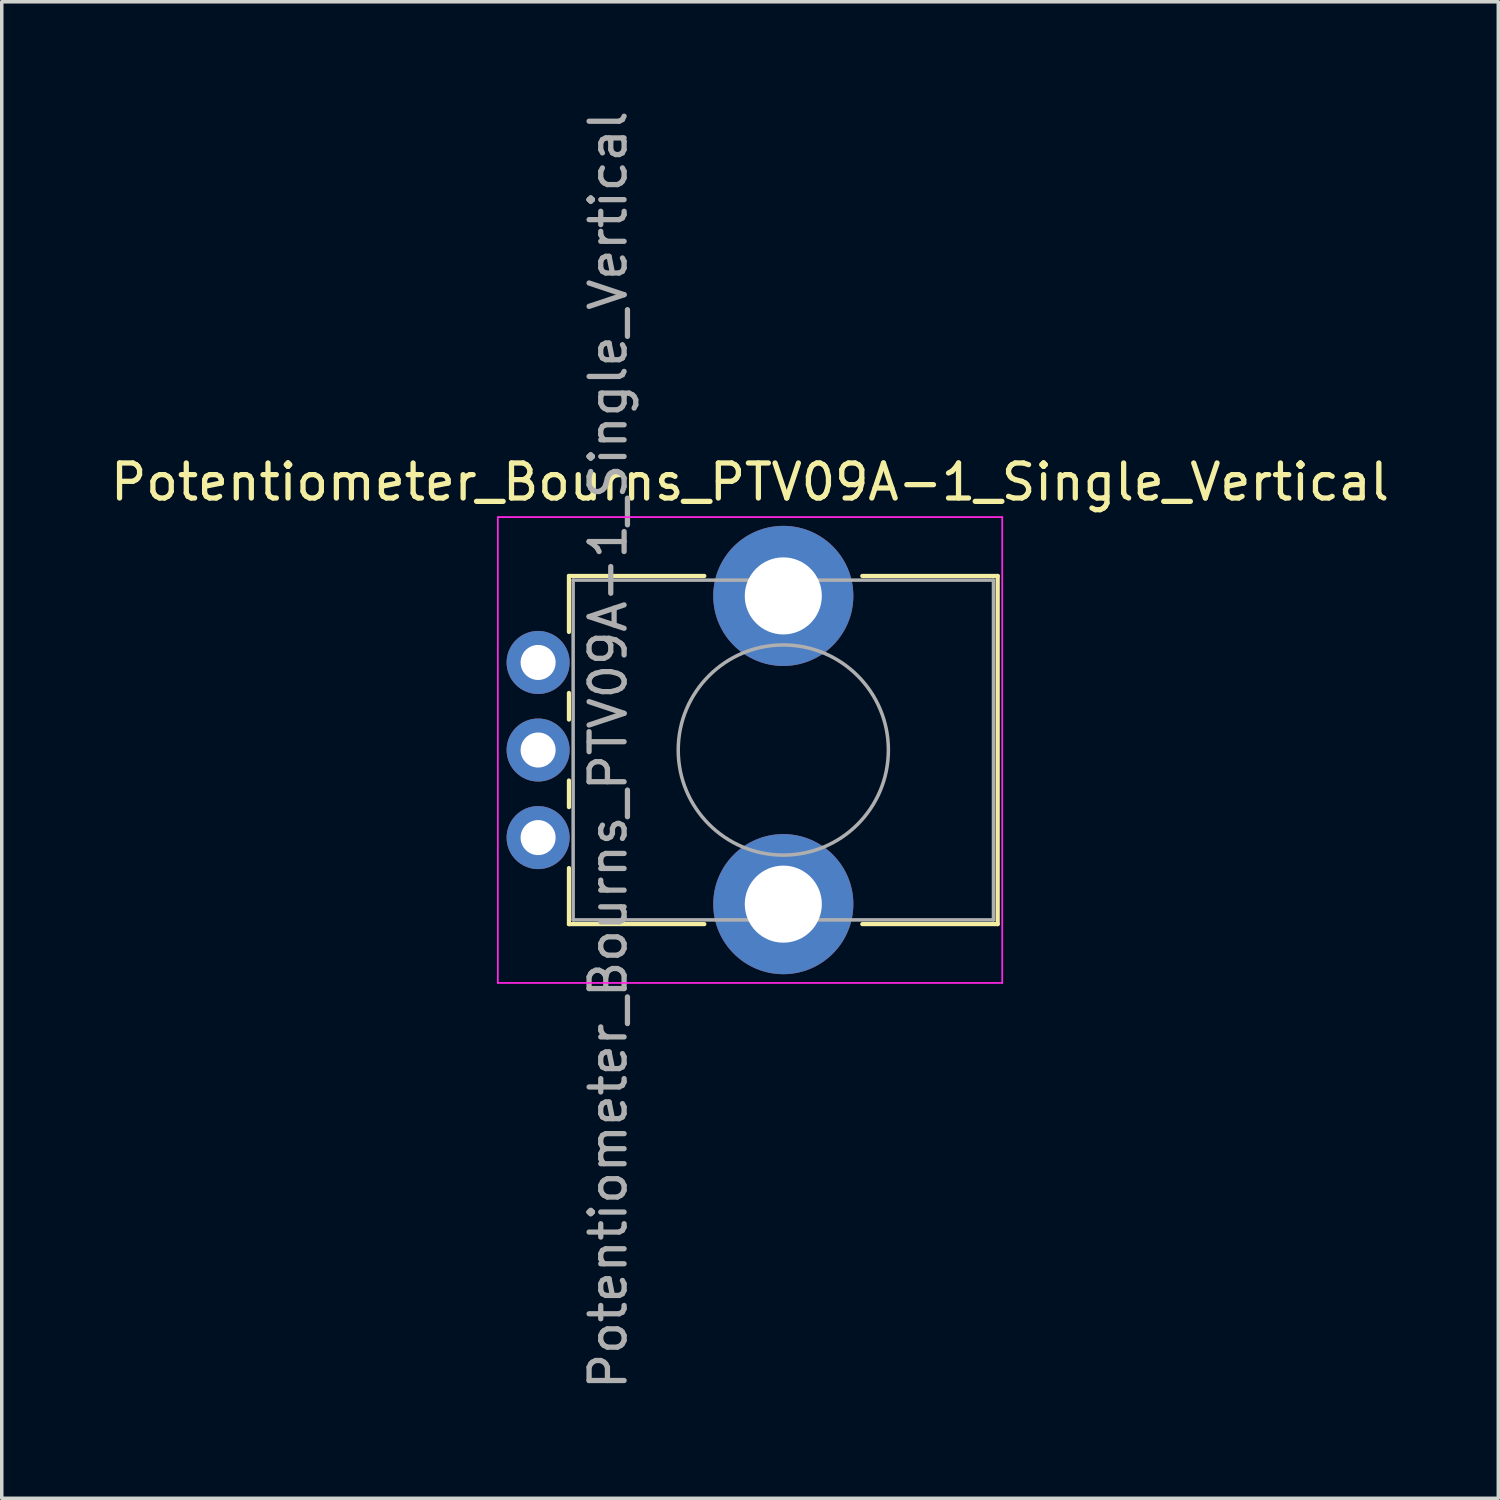
<source format=kicad_pcb>
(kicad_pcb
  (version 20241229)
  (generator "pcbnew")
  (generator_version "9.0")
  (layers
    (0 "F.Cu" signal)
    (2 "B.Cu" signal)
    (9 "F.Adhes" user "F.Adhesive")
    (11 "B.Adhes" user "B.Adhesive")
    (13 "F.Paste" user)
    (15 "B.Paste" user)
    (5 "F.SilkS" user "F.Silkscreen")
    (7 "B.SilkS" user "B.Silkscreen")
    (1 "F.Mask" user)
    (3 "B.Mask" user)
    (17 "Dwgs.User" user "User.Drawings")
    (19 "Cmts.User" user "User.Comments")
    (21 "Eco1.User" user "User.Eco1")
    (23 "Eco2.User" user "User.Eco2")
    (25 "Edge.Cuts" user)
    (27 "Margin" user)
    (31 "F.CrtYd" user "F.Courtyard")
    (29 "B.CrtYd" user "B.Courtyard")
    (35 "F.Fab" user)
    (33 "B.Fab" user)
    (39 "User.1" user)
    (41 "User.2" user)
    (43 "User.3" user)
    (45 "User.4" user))
  (footprint "Potentiometer_Bourns_PTV09A-1_Single_Vertical"
    (layer "F.Cu")
    (at 12.313 20.863)
    (property "Reference" "Potentiometer_Bourns_PTV09A-1_Single_Vertical" (at 6.05 -10.15 0) (layer "F.SilkS") (effects (font (size 1 1) (thickness 0.15))))
    (attr through_hole)
    (fp_line (start 0.88 -7.47) (end 0.88 -5.871) (stroke (width 0.12) (type solid)) (layer "F.SilkS"))
    (fp_line (start 0.88 -7.47) (end 4.745 -7.47) (stroke (width 0.12) (type solid)) (layer "F.SilkS"))
    (fp_line (start 0.88 -4.129) (end 0.88 -3.37) (stroke (width 0.12) (type solid)) (layer "F.SilkS"))
    (fp_line (start 0.88 -1.629) (end 0.88 -0.87) (stroke (width 0.12) (type solid)) (layer "F.SilkS"))
    (fp_line (start 0.88 0.87) (end 0.88 2.47) (stroke (width 0.12) (type solid)) (layer "F.SilkS"))
    (fp_line (start 0.88 2.47) (end 4.745 2.47) (stroke (width 0.12) (type solid)) (layer "F.SilkS"))
    (fp_line (start 9.255 -7.47) (end 13.12 -7.47) (stroke (width 0.12) (type solid)) (layer "F.SilkS"))
    (fp_line (start 9.255 2.47) (end 13.12 2.47) (stroke (width 0.12) (type solid)) (layer "F.SilkS"))
    (fp_line (start 13.12 -7.47) (end 13.12 2.47) (stroke (width 0.12) (type solid)) (layer "F.SilkS"))
    (fp_line (start -1.15 -9.15) (end -1.15 4.15) (stroke (width 0.05) (type solid)) (layer "F.CrtYd"))
    (fp_line (start -1.15 4.15) (end 13.25 4.15) (stroke (width 0.05) (type solid)) (layer "F.CrtYd"))
    (fp_line (start 13.25 -9.15) (end -1.15 -9.15) (stroke (width 0.05) (type solid)) (layer "F.CrtYd"))
    (fp_line (start 13.25 4.15) (end 13.25 -9.15) (stroke (width 0.05) (type solid)) (layer "F.CrtYd"))
    (fp_line (start 1 -7.35) (end 1 2.35) (stroke (width 0.1) (type solid)) (layer "F.Fab"))
    (fp_line (start 1 2.35) (end 13 2.35) (stroke (width 0.1) (type solid)) (layer "F.Fab"))
    (fp_line (start 13 -7.35) (end 1 -7.35) (stroke (width 0.1) (type solid)) (layer "F.Fab"))
    (fp_line (start 13 2.35) (end 13 -7.35) (stroke (width 0.1) (type solid)) (layer "F.Fab"))
    (fp_circle (center 7 -2.5) (end 10 -2.5) (stroke (width 0.1) (type solid)) (fill no) (layer "F.Fab"))
    (fp_text user "${REFERENCE}" (at 2 -2.5 90) (layer "F.Fab") (effects (font (size 1 1) (thickness 0.15))))
    (pad "1" thru_hole circle (at 0 0) (size 1.8 1.8) (drill 1) (layers "*.Cu" "*.Mask"))
    (pad "2" thru_hole circle (at 0 -2.5) (size 1.8 1.8) (drill 1) (layers "*.Cu" "*.Mask"))
    (pad "3" thru_hole circle (at 0 -5) (size 1.8 1.8) (drill 1) (layers "*.Cu" "*.Mask"))
    (pad "MP" thru_hole circle (at 7 -6.9) (size 4 4) (drill 2.2) (layers "*.Cu" "*.Mask"))
    (pad "MP" thru_hole circle (at 7 1.9) (size 4 4) (drill 2.2) (layers "*.Cu" "*.Mask")))
  (gr_rect
    (start -3 -3)
    (end 39.726 39.726)
    (stroke (width 0.1) (type default))
    (fill no)
    (layer "Edge.Cuts")))
</source>
